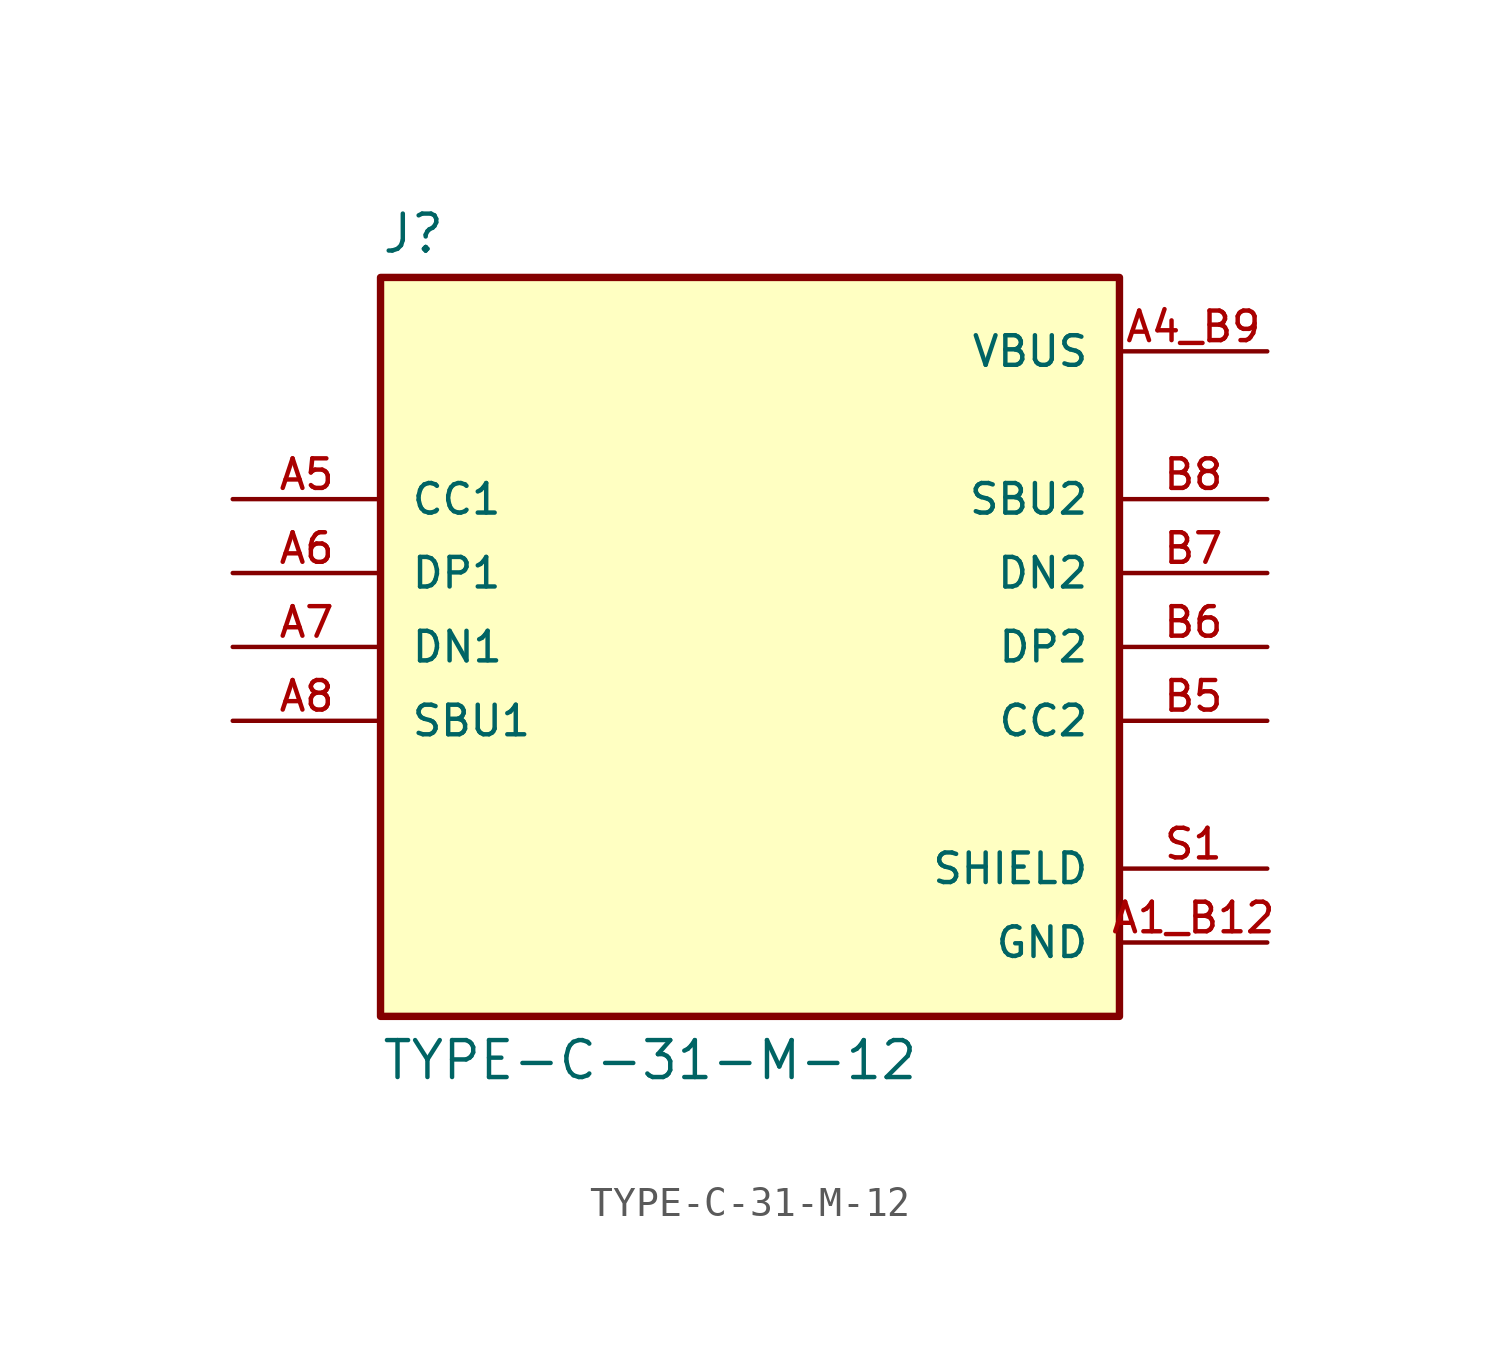
<source format=kicad_sym>
(kicad_symbol_lib
  (version 20220914)
  (generator kicad_symbol_editor)
  (symbol "TYPE-C-31-M-12"
    (pin_names
      (offset 1.016))
    (property "Reference" "J"
      (at -12.7 13.462 0)
      (effects (font (size 1.27 1.27)) (justify left bottom)))
    (property "Value" "TYPE-C-31-M-12"
      (at -12.7 -13.462 0)
      (effects (font (size 1.27 1.27)) (justify left top)))
    (symbol "TYPE-C-31-M-12_0_0"
      (rectangle (start -12.7 -12.7) (end 12.7 12.7) (stroke (width 0.254) (type default)) (fill (type background)))
      (pin power_in line (at 17.78 -10.16 180) (length 5.08) (name "GND" (effects (font (size 1.016 1.016)))) (number "A1_B12" (effects (font (size 1.016 1.016)))))
      (pin power_in line (at 17.78 10.16 180) (length 5.08) (name "VBUS" (effects (font (size 1.016 1.016)))) (number "A4_B9" (effects (font (size 1.016 1.016)))))
      (pin bidirectional line (at -17.78 5.08 0) (length 5.08) (name "CC1" (effects (font (size 1.016 1.016)))) (number "A5" (effects (font (size 1.016 1.016)))))
      (pin bidirectional line (at -17.78 2.54 0) (length 5.08) (name "DP1" (effects (font (size 1.016 1.016)))) (number "A6" (effects (font (size 1.016 1.016)))))
      (pin bidirectional line (at -17.78 0 0) (length 5.08) (name "DN1" (effects (font (size 1.016 1.016)))) (number "A7" (effects (font (size 1.016 1.016)))))
      (pin bidirectional line (at -17.78 -2.54 0) (length 5.08) (name "SBU1" (effects (font (size 1.016 1.016)))) (number "A8" (effects (font (size 1.016 1.016)))))
      (pin power_in line (at 17.78 -10.16 180) (length 5.08) hide (name "GND" (effects (font (size 1.016 1.016)))) (number "B1_A12" (effects (font (size 1.016 1.016)))))
      (pin power_in line (at 17.78 10.16 180) (length 5.08) hide (name "VBUS" (effects (font (size 1.016 1.016)))) (number "B4_A9" (effects (font (size 1.016 1.016)))))
      (pin bidirectional line (at 17.78 -2.54 180) (length 5.08) (name "CC2" (effects (font (size 1.016 1.016)))) (number "B5" (effects (font (size 1.016 1.016)))))
      (pin bidirectional line (at 17.78 0 180) (length 5.08) (name "DP2" (effects (font (size 1.016 1.016)))) (number "B6" (effects (font (size 1.016 1.016)))))
      (pin bidirectional line (at 17.78 2.54 180) (length 5.08) (name "DN2" (effects (font (size 1.016 1.016)))) (number "B7" (effects (font (size 1.016 1.016)))))
      (pin bidirectional line (at 17.78 5.08 180) (length 5.08) (name "SBU2" (effects (font (size 1.016 1.016)))) (number "B8" (effects (font (size 1.016 1.016)))))
      (pin passive line (at 17.78 -7.62 180) (length 5.08) (name "SHIELD" (effects (font (size 1.016 1.016)))) (number "S1" (effects (font (size 1.016 1.016)))))
      (pin passive line (at 17.78 -7.62 180) (length 5.08) hide (name "SHIELD" (effects (font (size 1.016 1.016)))) (number "S2" (effects (font (size 1.016 1.016)))))
      (pin passive line (at 17.78 -7.62 180) (length 5.08) hide (name "SHIELD" (effects (font (size 1.016 1.016)))) (number "S3" (effects (font (size 1.016 1.016)))))
      (pin passive line (at 17.78 -7.62 180) (length 5.08) hide (name "SHIELD" (effects (font (size 1.016 1.016)))) (number "S4" (effects (font (size 1.016 1.016))))))))
</source>
